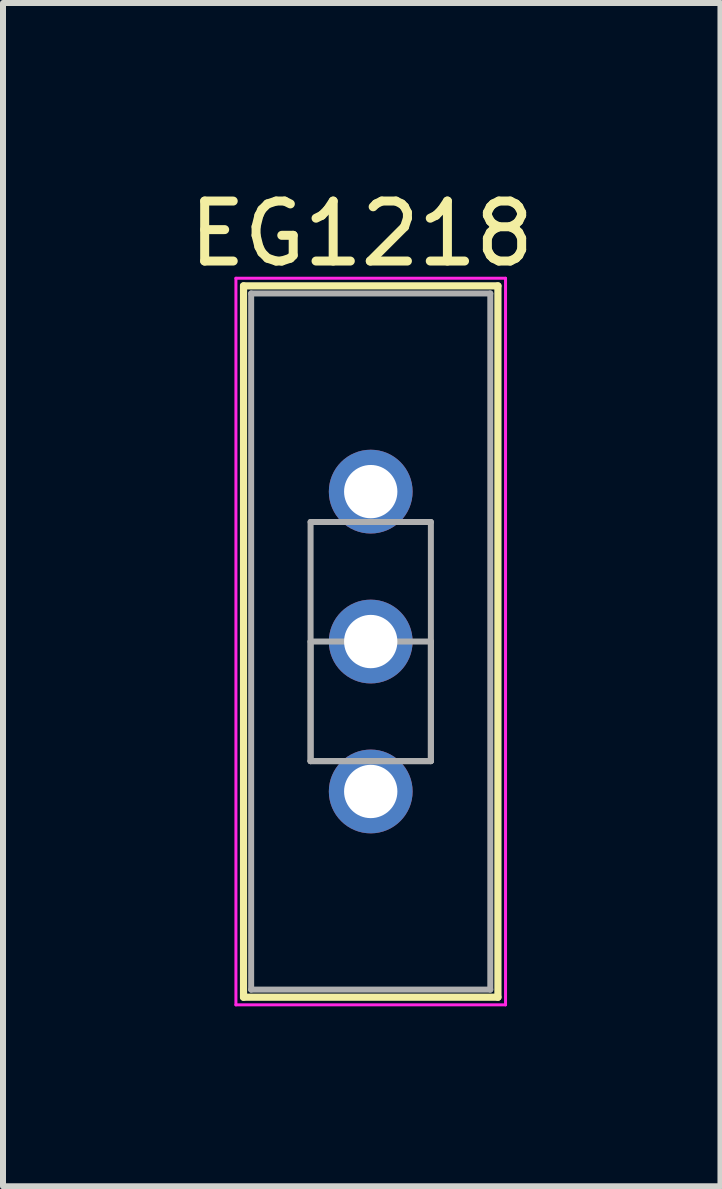
<source format=kicad_pcb>
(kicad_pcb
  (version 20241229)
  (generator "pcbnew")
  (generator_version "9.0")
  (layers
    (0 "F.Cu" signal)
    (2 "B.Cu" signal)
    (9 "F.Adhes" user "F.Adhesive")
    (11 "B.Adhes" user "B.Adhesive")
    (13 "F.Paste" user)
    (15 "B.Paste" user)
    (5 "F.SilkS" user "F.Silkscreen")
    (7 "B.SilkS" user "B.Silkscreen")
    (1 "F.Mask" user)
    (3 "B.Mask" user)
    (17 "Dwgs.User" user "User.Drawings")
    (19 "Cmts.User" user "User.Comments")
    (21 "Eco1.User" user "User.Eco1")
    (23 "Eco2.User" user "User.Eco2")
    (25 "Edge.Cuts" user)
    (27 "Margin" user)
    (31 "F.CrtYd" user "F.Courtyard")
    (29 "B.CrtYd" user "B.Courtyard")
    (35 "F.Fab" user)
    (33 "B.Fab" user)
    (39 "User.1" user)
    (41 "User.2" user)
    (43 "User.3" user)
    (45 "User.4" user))
  (footprint "EG1218"
    (layer "F.Cu")
    (at 3.132 5.148)
    (property "Reference" "EG1218" (at -0.15 -4.3 0) (layer "F.SilkS") (effects (font (size 1 1) (thickness 0.15))))
    (attr through_hole)
    (fp_line (start -2.121 -3.431) (end -2.121 8.431) (stroke (width 0.12) (type solid)) (layer "F.SilkS"))
    (fp_line (start -2.121 8.431) (end 2.121 8.431) (stroke (width 0.12) (type solid)) (layer "F.SilkS"))
    (fp_line (start 2.121 -3.431) (end -2.121 -3.431) (stroke (width 0.12) (type solid)) (layer "F.SilkS"))
    (fp_line (start 2.121 8.431) (end 2.121 -3.431) (stroke (width 0.12) (type solid)) (layer "F.SilkS"))
    (fp_line (start -2.248 -3.558) (end 2.248 -3.558) (stroke (width 0.05) (type solid)) (layer "F.CrtYd"))
    (fp_line (start -2.248 8.558) (end -2.248 -3.558) (stroke (width 0.05) (type solid)) (layer "F.CrtYd"))
    (fp_line (start 2.248 -3.558) (end 2.248 8.558) (stroke (width 0.05) (type solid)) (layer "F.CrtYd"))
    (fp_line (start 2.248 8.558) (end -2.248 8.558) (stroke (width 0.05) (type solid)) (layer "F.CrtYd"))
    (fp_line (start -1.994 -3.304) (end -1.994 8.304) (stroke (width 0.1) (type solid)) (layer "F.Fab"))
    (fp_line (start -1.994 8.304) (end 1.994 8.304) (stroke (width 0.1) (type solid)) (layer "F.Fab"))
    (fp_line (start -1.003 0.506) (end 1.003 0.506) (stroke (width 0.1) (type solid)) (layer "F.Fab"))
    (fp_line (start -1.003 2.5) (end 1.003 2.5) (stroke (width 0.1) (type solid)) (layer "F.Fab"))
    (fp_line (start -1.003 4.494) (end -1.003 0.506) (stroke (width 0.1) (type solid)) (layer "F.Fab"))
    (fp_line (start -1.003 4.494) (end -1.003 2.5) (stroke (width 0.1) (type solid)) (layer "F.Fab"))
    (fp_line (start 1.003 0.506) (end 1.003 4.494) (stroke (width 0.1) (type solid)) (layer "F.Fab"))
    (fp_line (start 1.003 2.5) (end 1.003 4.494) (stroke (width 0.1) (type solid)) (layer "F.Fab"))
    (fp_line (start 1.003 4.494) (end -1.003 4.494) (stroke (width 0.1) (type solid)) (layer "F.Fab"))
    (fp_line (start 1.003 4.494) (end -1.003 4.494) (stroke (width 0.1) (type solid)) (layer "F.Fab"))
    (fp_line (start 1.994 -3.304) (end -1.994 -3.304) (stroke (width 0.1) (type solid)) (layer "F.Fab"))
    (fp_line (start 1.994 8.304) (end 1.994 -3.304) (stroke (width 0.1) (type solid)) (layer "F.Fab"))
    (pad "1" thru_hole circle (at 0 0) (size 1.397 1.397) (drill 0.889) (layers "*.Cu" "*.Mask"))
    (pad "2" thru_hole circle (at 0 2.5) (size 1.397 1.397) (drill 0.889) (layers "*.Cu" "*.Mask"))
    (pad "3" thru_hole circle (at 0 5) (size 1.397 1.397) (drill 0.889) (layers "*.Cu" "*.Mask")))
  (gr_rect
    (start -3 -3)
    (end 8.964 16.731)
    (stroke (width 0.1) (type default))
    (fill no)
    (layer "Edge.Cuts")))
</source>
